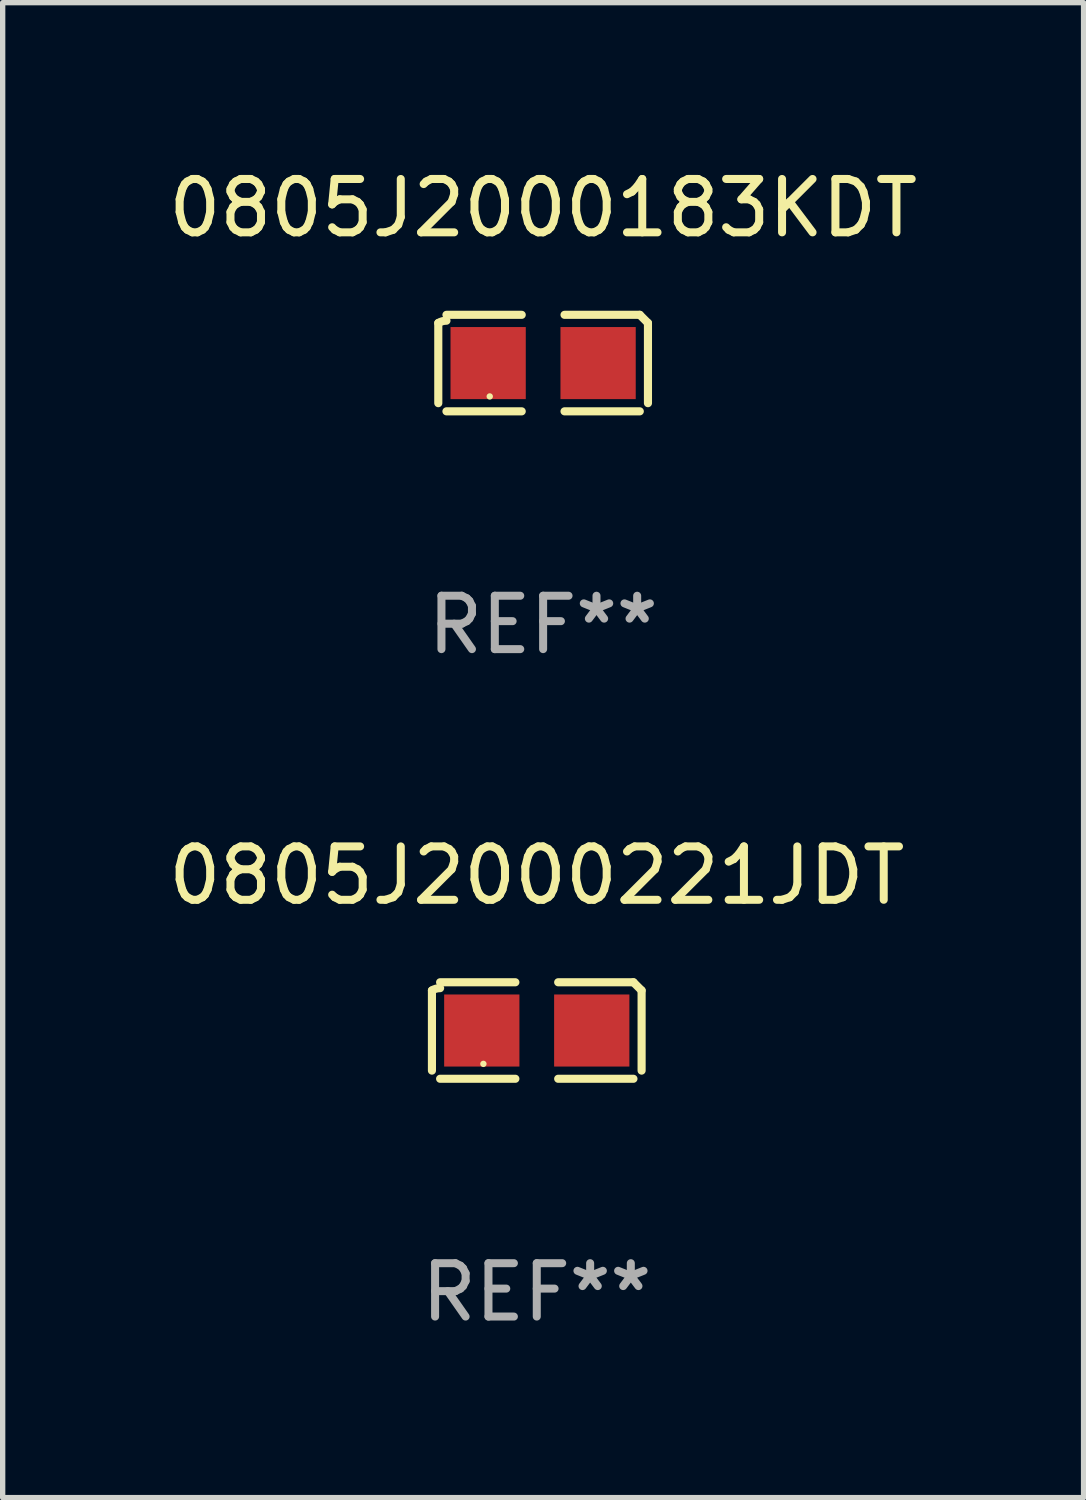
<source format=kicad_pcb>
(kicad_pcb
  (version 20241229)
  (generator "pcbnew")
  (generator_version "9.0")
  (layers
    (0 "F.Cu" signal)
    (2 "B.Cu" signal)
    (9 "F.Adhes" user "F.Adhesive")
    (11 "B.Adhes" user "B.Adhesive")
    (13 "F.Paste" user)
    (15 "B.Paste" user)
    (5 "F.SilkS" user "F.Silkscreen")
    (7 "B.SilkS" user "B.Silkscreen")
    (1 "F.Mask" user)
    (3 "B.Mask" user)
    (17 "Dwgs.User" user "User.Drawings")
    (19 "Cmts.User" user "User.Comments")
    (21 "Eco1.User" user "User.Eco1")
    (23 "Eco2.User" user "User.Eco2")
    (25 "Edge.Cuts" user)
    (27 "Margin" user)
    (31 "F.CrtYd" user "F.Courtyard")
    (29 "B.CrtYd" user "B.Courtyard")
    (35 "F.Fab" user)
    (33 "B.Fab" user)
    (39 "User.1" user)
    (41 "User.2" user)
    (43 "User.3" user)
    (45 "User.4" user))
  (footprint "0805J2000183KDT"
    (layer "F.Cu")
    (at 7.125 3.752)
    (property "Reference" "0805J2000183KDT" (at 0 -2.904 0) (layer "F.SilkS") (effects (font (size 1 1) (thickness 0.15))))
    (attr through_hole)
    (fp_line (start -1.964 0.751) (end -1.964 -0.751) (stroke (width 0.152) (type solid)) (layer "F.SilkS"))
    (fp_line (start -1.811 -0.904) (end -0.401 -0.904) (stroke (width 0.152) (type solid)) (layer "F.SilkS"))
    (fp_line (start -0.401 0.904) (end -1.811 0.904) (stroke (width 0.152) (type solid)) (layer "F.SilkS"))
    (fp_line (start 0.401 0.904) (end 1.811 0.904) (stroke (width 0.152) (type solid)) (layer "F.SilkS"))
    (fp_line (start 1.811 -0.904) (end 0.401 -0.904) (stroke (width 0.152) (type solid)) (layer "F.SilkS"))
    (fp_line (start 1.964 0.751) (end 1.964 -0.751) (stroke (width 0.152) (type solid)) (layer "F.SilkS"))
    (fp_arc (start -1.963602 -0.751207) (mid -1.890354 -0.783131) (end -1.811201 -0.794044) (stroke (width 0.1524) (type solid)) (layer "F.SilkS"))
    (fp_arc (start 1.811202 -0.903607) (mid 1.887413 -0.827418) (end 1.963602 -0.751207) (stroke (width 0.1524) (type solid)) (layer "F.SilkS"))
    (fp_circle (center -1 0.625) (end -0.97 0.625) (stroke (width 0.06) (type solid)) (fill no) (layer "F.SilkS"))
    (fp_text user "REF**" (at 0 4.904 0) (layer "F.Fab") (effects (font (size 1 1) (thickness 0.15))))
    (pad "1" smd rect (at -1.03 0) (size 1.41 1.35) (layers "F.Cu" "F.Mask" "F.Paste"))
    (pad "2" smd rect (at 1.03 0) (size 1.41 1.35) (layers "F.Cu" "F.Mask" "F.Paste")))
  (footprint "0805J2000221JDT"
    (layer "F.Cu")
    (at 7.006 16.256)
    (property "Reference" "0805J2000221JDT" (at 0 -2.904 0) (layer "F.SilkS") (effects (font (size 1 1) (thickness 0.15))))
    (attr through_hole)
    (fp_line (start -1.964 0.751) (end -1.964 -0.751) (stroke (width 0.152) (type solid)) (layer "F.SilkS"))
    (fp_line (start -1.811 -0.904) (end -0.401 -0.904) (stroke (width 0.152) (type solid)) (layer "F.SilkS"))
    (fp_line (start -0.401 0.904) (end -1.811 0.904) (stroke (width 0.152) (type solid)) (layer "F.SilkS"))
    (fp_line (start 0.401 0.904) (end 1.811 0.904) (stroke (width 0.152) (type solid)) (layer "F.SilkS"))
    (fp_line (start 1.811 -0.904) (end 0.401 -0.904) (stroke (width 0.152) (type solid)) (layer "F.SilkS"))
    (fp_line (start 1.964 0.751) (end 1.964 -0.751) (stroke (width 0.152) (type solid)) (layer "F.SilkS"))
    (fp_arc (start -1.963602 -0.751207) (mid -1.890354 -0.783131) (end -1.811201 -0.794044) (stroke (width 0.1524) (type solid)) (layer "F.SilkS"))
    (fp_arc (start 1.811202 -0.903607) (mid 1.887413 -0.827418) (end 1.963602 -0.751207) (stroke (width 0.1524) (type solid)) (layer "F.SilkS"))
    (fp_circle (center -1 0.625) (end -0.97 0.625) (stroke (width 0.06) (type solid)) (fill no) (layer "F.SilkS"))
    (fp_text user "REF**" (at 0 4.904 0) (layer "F.Fab") (effects (font (size 1 1) (thickness 0.15))))
    (pad "1" smd rect (at -1.03 0) (size 1.41 1.35) (layers "F.Cu" "F.Mask" "F.Paste"))
    (pad "2" smd rect (at 1.03 0) (size 1.41 1.35) (layers "F.Cu" "F.Mask" "F.Paste")))
  (gr_rect
    (start -3 -3)
    (end 17.25 25.007)
    (stroke (width 0.1) (type default))
    (fill no)
    (layer "Edge.Cuts")))
</source>
